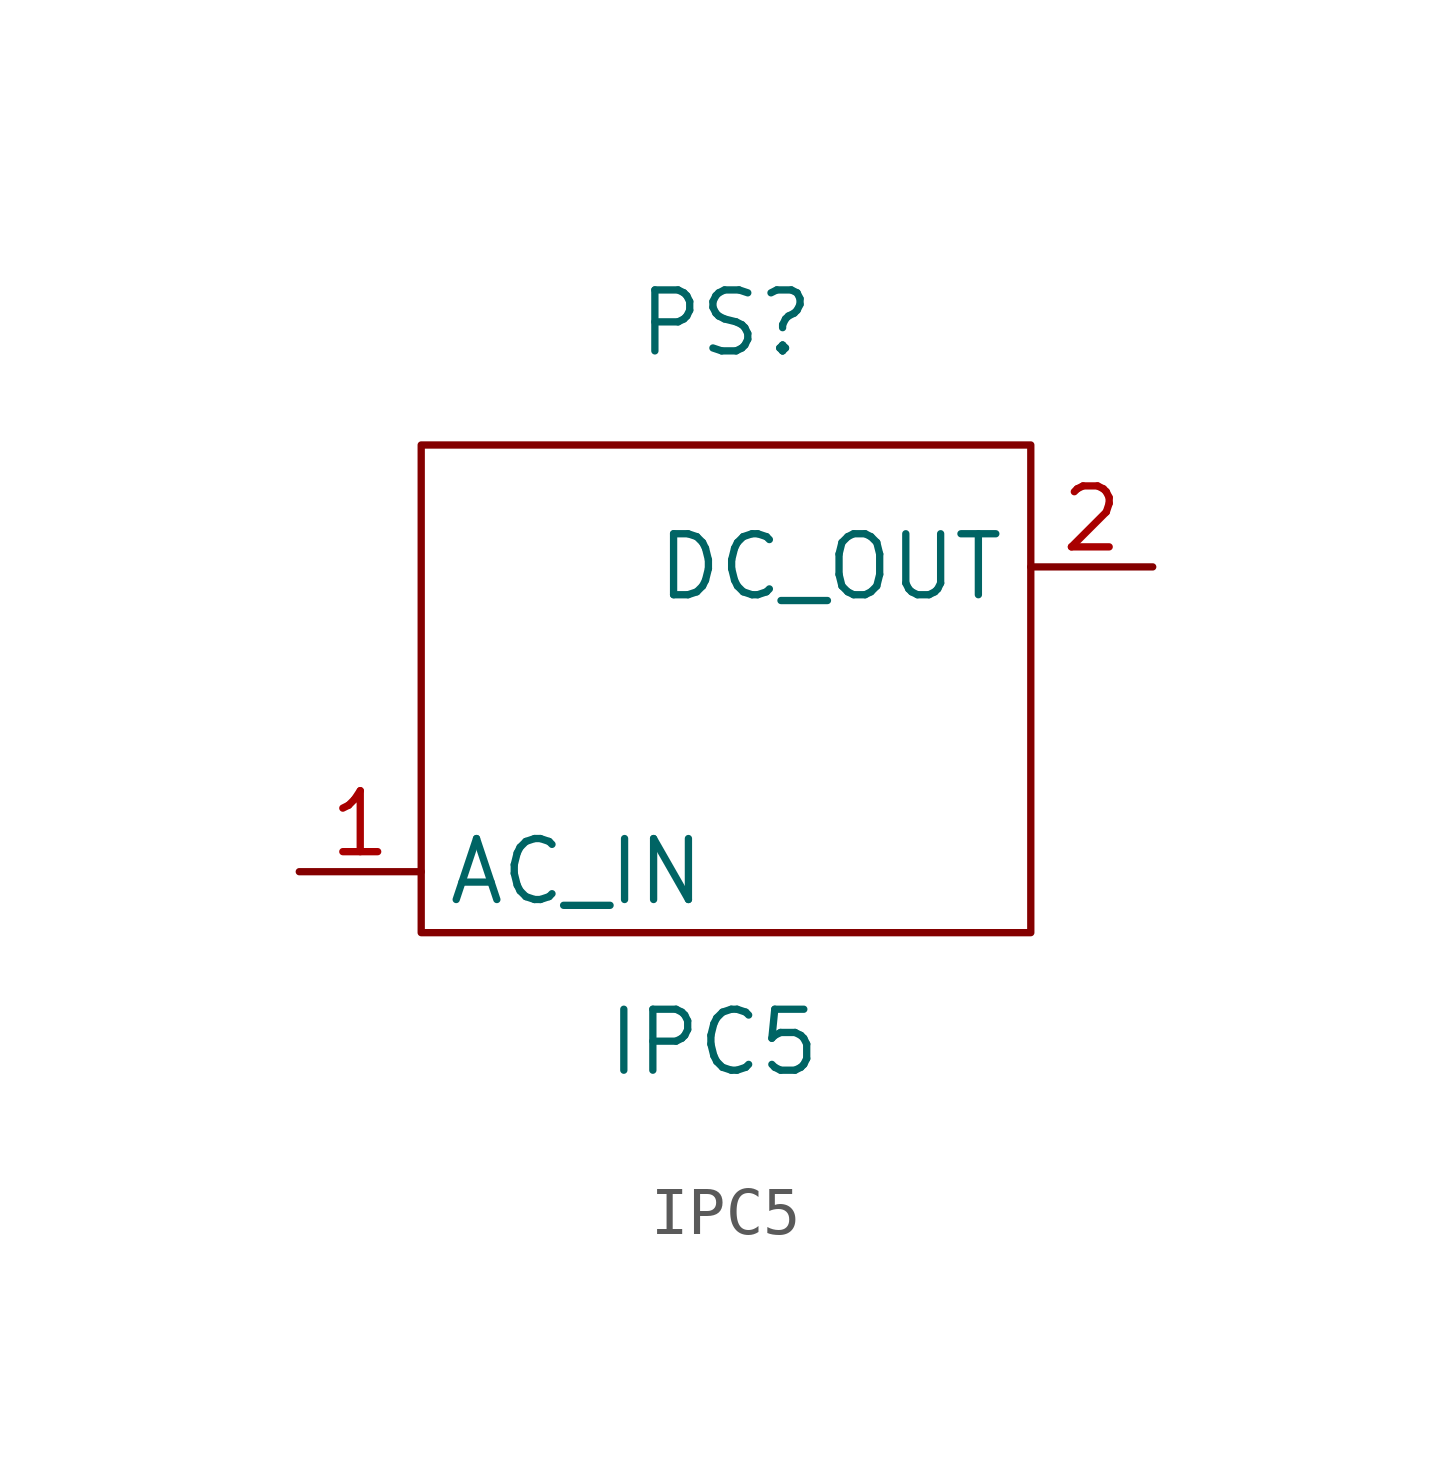
<source format=kicad_sym>
(kicad_symbol_lib
  (version 20241209)
  (generator "kicad_symbol_editor")
  (generator_version "9.0")
  (symbol "IPC5"
    (property "Reference" "PS"
      (at 0 7.62 0)
      (effects (font (size 1.27 1.27))))
    (property "Value" "IPC5"
      (at -0.254 -7.366 0)
      (effects (font (size 1.27 1.27))))
    (symbol "IPC5_0_1"
      (rectangle (start -6.35 5.08) (end 6.35 -5.08) (stroke (width 0) (type default)) (fill (type none))))
    (symbol "IPC5_1_1"
      (pin power_in line (at -8.89 -3.81 0) (length 2.54) (name "AC_IN" (effects (font (size 1.27 1.27)))) (number "1" (effects (font (size 1.27 1.27)))))
      (pin power_out line (at 8.89 2.54 180) (length 2.54) (name "DC_OUT" (effects (font (size 1.27 1.27)))) (number "2\n" (effects (font (size 1.27 1.27))))))))
</source>
